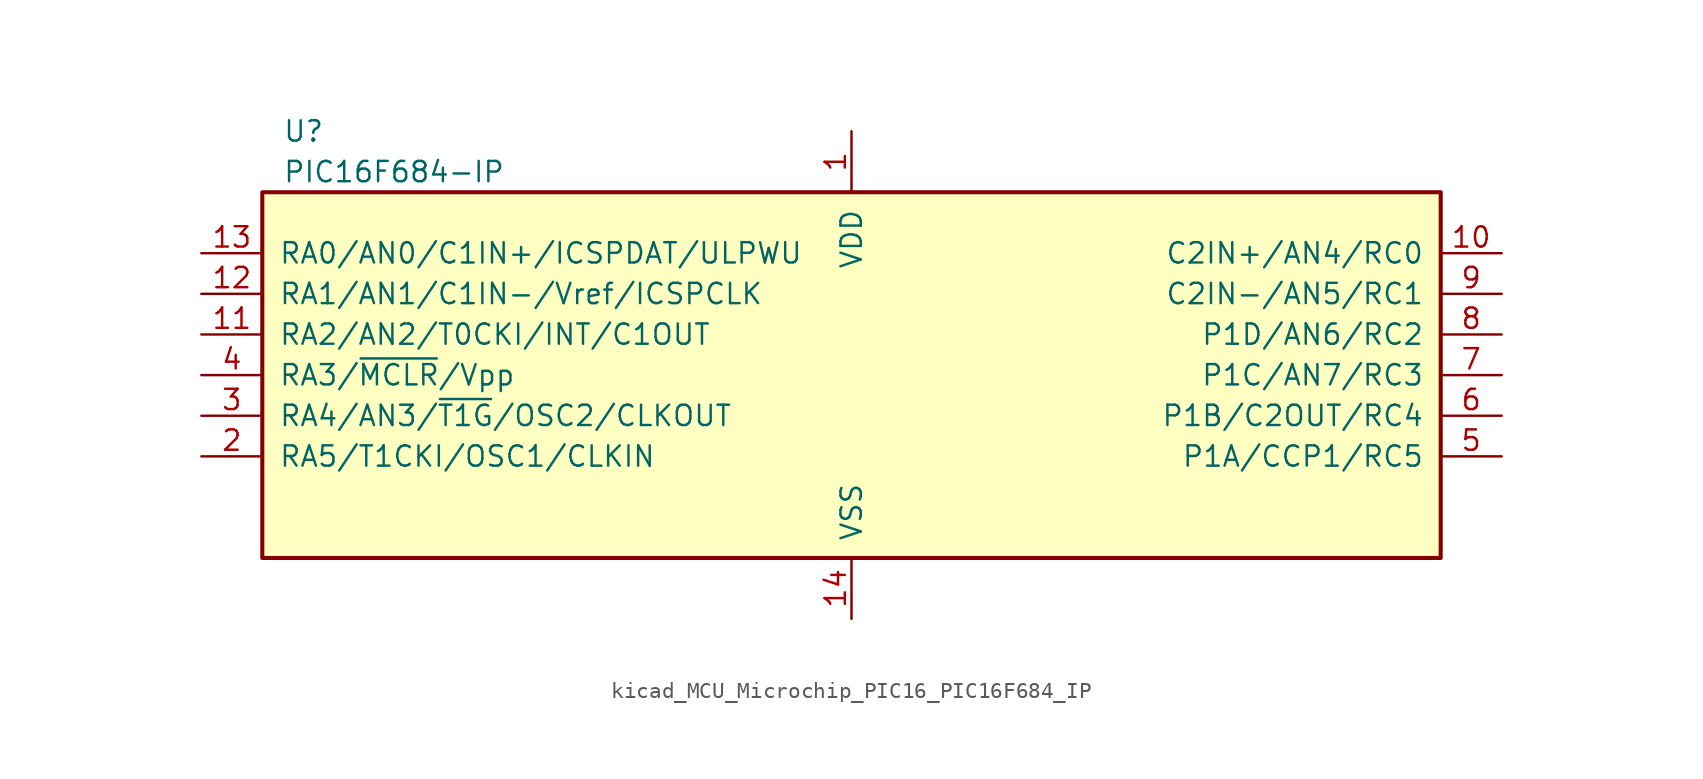
<source format=kicad_sym>
(kicad_symbol_lib
  (version 20220914)
  (generator kicad_symbol_editor)
  (symbol "kicad_MCU_Microchip_PIC16_PIC16F684_IP"
    (pin_names
      (offset 1.016))
    (property "Reference" "U"
      (at -35.56 15.24 0)
      (effects (font (size 1.27 1.27)) (justify left)))
    (property "Value" "PIC16F684-IP"
      (at -35.56 12.7 0)
      (effects (font (size 1.27 1.27)) (justify left)))
    (symbol "kicad_MCU_Microchip_PIC16_PIC16F684_IP_0_1"
      (rectangle (start -36.83 11.43) (end 36.83 -11.43) (stroke (width 0.254) (type default)) (fill (type background))))
    (symbol "kicad_MCU_Microchip_PIC16_PIC16F684_IP_1_1"
      (pin power_in line (at 0 15.24 270) (length 3.81) (name "VDD" (effects (font (size 1.27 1.27)))) (number "1" (effects (font (size 1.27 1.27)))))
      (pin bidirectional line (at 40.64 7.62 180) (length 3.81) (name "C2IN+/AN4/RC0" (effects (font (size 1.27 1.27)))) (number "10" (effects (font (size 1.27 1.27)))))
      (pin bidirectional line (at -40.64 2.54 0) (length 3.81) (name "RA2/AN2/T0CKI/INT/C1OUT" (effects (font (size 1.27 1.27)))) (number "11" (effects (font (size 1.27 1.27)))))
      (pin bidirectional line (at -40.64 5.08 0) (length 3.81) (name "RA1/AN1/C1IN-/Vref/ICSPCLK" (effects (font (size 1.27 1.27)))) (number "12" (effects (font (size 1.27 1.27)))))
      (pin bidirectional line (at -40.64 7.62 0) (length 3.81) (name "RA0/AN0/C1IN+/ICSPDAT/ULPWU" (effects (font (size 1.27 1.27)))) (number "13" (effects (font (size 1.27 1.27)))))
      (pin power_in line (at 0 -15.24 90) (length 3.81) (name "VSS" (effects (font (size 1.27 1.27)))) (number "14" (effects (font (size 1.27 1.27)))))
      (pin bidirectional line (at -40.64 -5.08 0) (length 3.81) (name "RA5/T1CKI/OSC1/CLKIN" (effects (font (size 1.27 1.27)))) (number "2" (effects (font (size 1.27 1.27)))))
      (pin bidirectional line (at -40.64 -2.54 0) (length 3.81) (name "RA4/AN3/~{T1G}/OSC2/CLKOUT" (effects (font (size 1.27 1.27)))) (number "3" (effects (font (size 1.27 1.27)))))
      (pin input line (at -40.64 0 0) (length 3.81) (name "RA3/~{MCLR}/Vpp" (effects (font (size 1.27 1.27)))) (number "4" (effects (font (size 1.27 1.27)))))
      (pin bidirectional line (at 40.64 -5.08 180) (length 3.81) (name "P1A/CCP1/RC5" (effects (font (size 1.27 1.27)))) (number "5" (effects (font (size 1.27 1.27)))))
      (pin bidirectional line (at 40.64 -2.54 180) (length 3.81) (name "P1B/C2OUT/RC4" (effects (font (size 1.27 1.27)))) (number "6" (effects (font (size 1.27 1.27)))))
      (pin bidirectional line (at 40.64 0 180) (length 3.81) (name "P1C/AN7/RC3" (effects (font (size 1.27 1.27)))) (number "7" (effects (font (size 1.27 1.27)))))
      (pin bidirectional line (at 40.64 2.54 180) (length 3.81) (name "P1D/AN6/RC2" (effects (font (size 1.27 1.27)))) (number "8" (effects (font (size 1.27 1.27)))))
      (pin bidirectional line (at 40.64 5.08 180) (length 3.81) (name "C2IN-/AN5/RC1" (effects (font (size 1.27 1.27)))) (number "9" (effects (font (size 1.27 1.27))))))))
</source>
